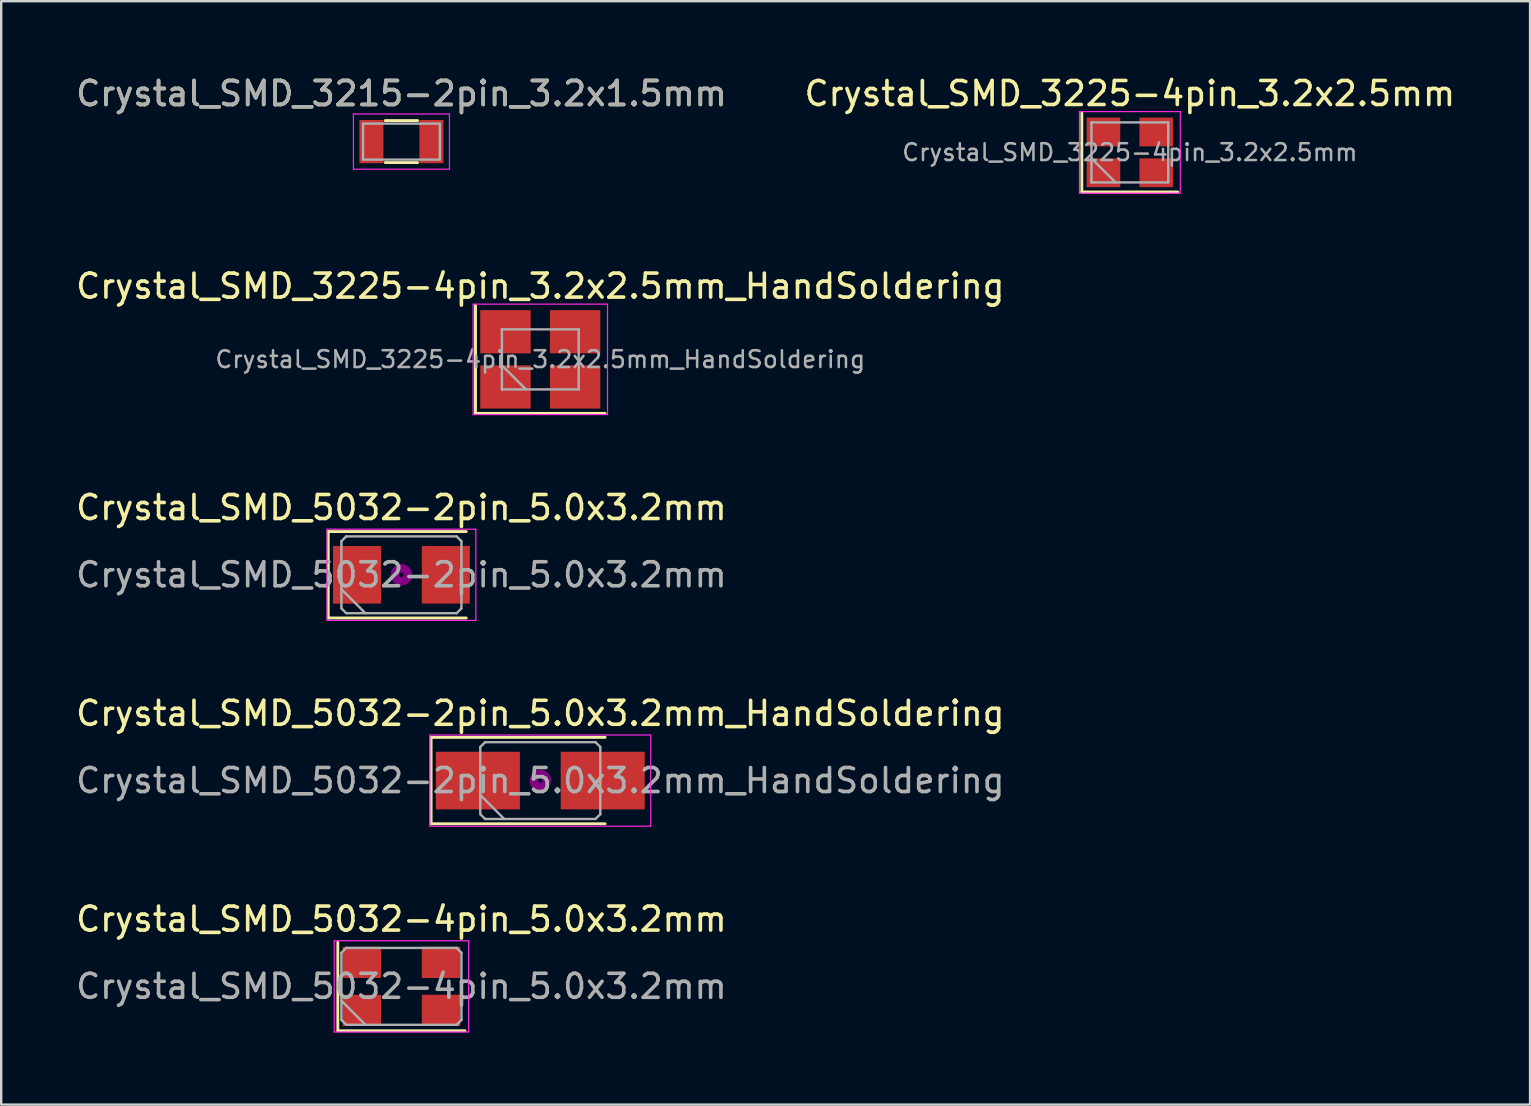
<source format=kicad_pcb>
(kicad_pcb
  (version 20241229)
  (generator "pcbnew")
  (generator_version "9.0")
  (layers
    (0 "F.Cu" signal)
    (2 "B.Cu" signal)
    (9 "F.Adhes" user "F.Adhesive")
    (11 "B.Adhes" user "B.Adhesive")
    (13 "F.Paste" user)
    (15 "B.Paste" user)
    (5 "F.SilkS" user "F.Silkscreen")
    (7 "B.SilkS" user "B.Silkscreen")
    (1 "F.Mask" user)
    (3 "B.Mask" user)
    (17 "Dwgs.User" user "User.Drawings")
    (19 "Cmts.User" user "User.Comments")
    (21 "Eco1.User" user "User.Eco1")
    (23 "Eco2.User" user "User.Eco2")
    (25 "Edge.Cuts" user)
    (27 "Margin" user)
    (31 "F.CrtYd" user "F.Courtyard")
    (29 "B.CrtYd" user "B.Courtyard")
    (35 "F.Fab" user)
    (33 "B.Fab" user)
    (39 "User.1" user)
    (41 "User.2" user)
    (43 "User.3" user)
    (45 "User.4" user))
  (footprint "Crystal_SMD_5032-2pin_5.0x3.2mm_HandSoldering"
    (layer "F.Cu")
    (at 19.458 29.468)
    (property "Reference" "Crystal_SMD_5032-2pin_5.0x3.2mm_HandSoldering" (at 0 -2.8 0) (layer "F.SilkS") (effects (font (size 1 1) (thickness 0.15))))
    (attr smd)
    (fp_line (start -4.55 -1.8) (end -4.55 1.8) (stroke (width 0.12) (type solid)) (layer "F.SilkS"))
    (fp_line (start -4.55 1.8) (end 2.7 1.8) (stroke (width 0.12) (type solid)) (layer "F.SilkS"))
    (fp_line (start 2.7 -1.8) (end -4.55 -1.8) (stroke (width 0.12) (type solid)) (layer "F.SilkS"))
    (fp_circle (center 0 0) (end 0.093 0) (stroke (width 0.187) (type solid)) (fill no) (layer "F.Adhes"))
    (fp_circle (center 0 0) (end 0.213 0) (stroke (width 0.133) (type solid)) (fill no) (layer "F.Adhes"))
    (fp_circle (center 0 0) (end 0.333 0) (stroke (width 0.133) (type solid)) (fill no) (layer "F.Adhes"))
    (fp_circle (center 0 0) (end 0.4 0) (stroke (width 0.1) (type solid)) (fill no) (layer "F.Adhes"))
    (fp_line (start -4.6 -1.9) (end -4.6 1.9) (stroke (width 0.05) (type solid)) (layer "F.CrtYd"))
    (fp_line (start -4.6 1.9) (end 4.6 1.9) (stroke (width 0.05) (type solid)) (layer "F.CrtYd"))
    (fp_line (start 4.6 -1.9) (end -4.6 -1.9) (stroke (width 0.05) (type solid)) (layer "F.CrtYd"))
    (fp_line (start 4.6 1.9) (end 4.6 -1.9) (stroke (width 0.05) (type solid)) (layer "F.CrtYd"))
    (fp_line (start -2.5 -1.4) (end -2.3 -1.6) (stroke (width 0.1) (type solid)) (layer "F.Fab"))
    (fp_line (start -2.5 0.6) (end -1.5 1.6) (stroke (width 0.1) (type solid)) (layer "F.Fab"))
    (fp_line (start -2.5 1.4) (end -2.5 -1.4) (stroke (width 0.1) (type solid)) (layer "F.Fab"))
    (fp_line (start -2.3 -1.6) (end 2.3 -1.6) (stroke (width 0.1) (type solid)) (layer "F.Fab"))
    (fp_line (start -2.3 1.6) (end -2.5 1.4) (stroke (width 0.1) (type solid)) (layer "F.Fab"))
    (fp_line (start 2.3 -1.6) (end 2.5 -1.4) (stroke (width 0.1) (type solid)) (layer "F.Fab"))
    (fp_line (start 2.3 1.6) (end -2.3 1.6) (stroke (width 0.1) (type solid)) (layer "F.Fab"))
    (fp_line (start 2.5 -1.4) (end 2.5 1.4) (stroke (width 0.1) (type solid)) (layer "F.Fab"))
    (fp_line (start 2.5 1.4) (end 2.3 1.6) (stroke (width 0.1) (type solid)) (layer "F.Fab"))
    (fp_text user "${REFERENCE}" (at 0 0 0) (layer "F.Fab") (effects (font (size 1 1) (thickness 0.15))))
    (pad "1" smd rect (at -2.6 0) (size 3.5 2.4) (layers "F.Cu" "F.Mask" "F.Paste"))
    (pad "2" smd rect (at 2.6 0) (size 3.5 2.4) (layers "F.Cu" "F.Mask" "F.Paste")))
  (footprint "Crystal_SMD_3215-2pin_3.2x1.5mm"
    (layer "F.Cu")
    (at 13.673 2.848)
    (property "Reference" "Crystal_SMD_3215-2pin_3.2x1.5mm" (at 0 -2 0) (layer "F.SilkS") (effects (font (size 1 1) (thickness 0.15))))
    (attr smd)
    (fp_line (start -0.675 -0.875) (end 0.675 -0.875) (stroke (width 0.12) (type solid)) (layer "F.SilkS"))
    (fp_line (start -0.675 0.875) (end 0.675 0.875) (stroke (width 0.12) (type solid)) (layer "F.SilkS"))
    (fp_line (start -2 -1.15) (end -2 1.15) (stroke (width 0.05) (type solid)) (layer "F.CrtYd"))
    (fp_line (start -2 -1.15) (end 2 -1.15) (stroke (width 0.05) (type solid)) (layer "F.CrtYd"))
    (fp_line (start -2 1.15) (end 2 1.15) (stroke (width 0.05) (type solid)) (layer "F.CrtYd"))
    (fp_line (start 2 -1.15) (end 2 1.15) (stroke (width 0.05) (type solid)) (layer "F.CrtYd"))
    (fp_line (start -1.6 -0.75) (end -1.6 0.75) (stroke (width 0.1) (type solid)) (layer "F.Fab"))
    (fp_line (start -1.6 -0.75) (end 1.6 -0.75) (stroke (width 0.1) (type solid)) (layer "F.Fab"))
    (fp_line (start -1.6 0.75) (end 1.6 0.75) (stroke (width 0.1) (type solid)) (layer "F.Fab"))
    (fp_line (start 1.6 -0.75) (end 1.6 0.75) (stroke (width 0.1) (type solid)) (layer "F.Fab"))
    (fp_text user "${REFERENCE}" (at 0 -2 0) (layer "F.Fab") (effects (font (size 1 1) (thickness 0.15))))
    (pad "1" smd rect (at 1.25 0) (size 1 1.8) (layers "F.Cu" "F.Mask" "F.Paste"))
    (pad "2" smd rect (at -1.25 0) (size 1 1.8) (layers "F.Cu" "F.Mask" "F.Paste")))
  (footprint "Crystal_SMD_3225-4pin_3.2x2.5mm"
    (layer "F.Cu")
    (at 44.018 3.298)
    (property "Reference" "Crystal_SMD_3225-4pin_3.2x2.5mm" (at 0 -2.45 0) (layer "F.SilkS") (effects (font (size 1 1) (thickness 0.15))))
    (attr smd)
    (fp_line (start -2 -1.65) (end -2 1.65) (stroke (width 0.12) (type solid)) (layer "F.SilkS"))
    (fp_line (start -2 1.65) (end 2 1.65) (stroke (width 0.12) (type solid)) (layer "F.SilkS"))
    (fp_line (start -2.1 -1.7) (end -2.1 1.7) (stroke (width 0.05) (type solid)) (layer "F.CrtYd"))
    (fp_line (start -2.1 1.7) (end 2.1 1.7) (stroke (width 0.05) (type solid)) (layer "F.CrtYd"))
    (fp_line (start 2.1 -1.7) (end -2.1 -1.7) (stroke (width 0.05) (type solid)) (layer "F.CrtYd"))
    (fp_line (start 2.1 1.7) (end 2.1 -1.7) (stroke (width 0.05) (type solid)) (layer "F.CrtYd"))
    (fp_line (start -1.6 -1.25) (end -1.6 1.25) (stroke (width 0.1) (type solid)) (layer "F.Fab"))
    (fp_line (start -1.6 0.25) (end -0.6 1.25) (stroke (width 0.1) (type solid)) (layer "F.Fab"))
    (fp_line (start -1.6 1.25) (end 1.6 1.25) (stroke (width 0.1) (type solid)) (layer "F.Fab"))
    (fp_line (start 1.6 -1.25) (end -1.6 -1.25) (stroke (width 0.1) (type solid)) (layer "F.Fab"))
    (fp_line (start 1.6 1.25) (end 1.6 -1.25) (stroke (width 0.1) (type solid)) (layer "F.Fab"))
    (fp_text user "${REFERENCE}" (at 0 0 0) (layer "F.Fab") (effects (font (size 0.7 0.7) (thickness 0.105))))
    (pad "1" smd rect (at -1.1 0.85) (size 1.4 1.2) (layers "F.Cu" "F.Mask" "F.Paste"))
    (pad "2" smd rect (at 1.1 0.85) (size 1.4 1.2) (layers "F.Cu" "F.Mask" "F.Paste"))
    (pad "3" smd rect (at 1.1 -0.85) (size 1.4 1.2) (layers "F.Cu" "F.Mask" "F.Paste"))
    (pad "4" smd rect (at -1.1 -0.85) (size 1.4 1.2) (layers "F.Cu" "F.Mask" "F.Paste")))
  (footprint "Crystal_SMD_5032-2pin_5.0x3.2mm"
    (layer "F.Cu")
    (at 13.673 20.895)
    (property "Reference" "Crystal_SMD_5032-2pin_5.0x3.2mm" (at 0 -2.8 0) (layer "F.SilkS") (effects (font (size 1 1) (thickness 0.15))))
    (attr smd)
    (fp_line (start -3.05 -1.8) (end -3.05 1.8) (stroke (width 0.12) (type solid)) (layer "F.SilkS"))
    (fp_line (start -3.05 1.8) (end 2.7 1.8) (stroke (width 0.12) (type solid)) (layer "F.SilkS"))
    (fp_line (start 2.7 -1.8) (end -3.05 -1.8) (stroke (width 0.12) (type solid)) (layer "F.SilkS"))
    (fp_circle (center 0 0) (end 0.093 0) (stroke (width 0.187) (type solid)) (fill no) (layer "F.Adhes"))
    (fp_circle (center 0 0) (end 0.213 0) (stroke (width 0.133) (type solid)) (fill no) (layer "F.Adhes"))
    (fp_circle (center 0 0) (end 0.333 0) (stroke (width 0.133) (type solid)) (fill no) (layer "F.Adhes"))
    (fp_circle (center 0 0) (end 0.4 0) (stroke (width 0.1) (type solid)) (fill no) (layer "F.Adhes"))
    (fp_line (start -3.1 -1.9) (end -3.1 1.9) (stroke (width 0.05) (type solid)) (layer "F.CrtYd"))
    (fp_line (start -3.1 1.9) (end 3.1 1.9) (stroke (width 0.05) (type solid)) (layer "F.CrtYd"))
    (fp_line (start 3.1 -1.9) (end -3.1 -1.9) (stroke (width 0.05) (type solid)) (layer "F.CrtYd"))
    (fp_line (start 3.1 1.9) (end 3.1 -1.9) (stroke (width 0.05) (type solid)) (layer "F.CrtYd"))
    (fp_line (start -2.5 -1.4) (end -2.3 -1.6) (stroke (width 0.1) (type solid)) (layer "F.Fab"))
    (fp_line (start -2.5 0.6) (end -1.5 1.6) (stroke (width 0.1) (type solid)) (layer "F.Fab"))
    (fp_line (start -2.5 1.4) (end -2.5 -1.4) (stroke (width 0.1) (type solid)) (layer "F.Fab"))
    (fp_line (start -2.3 -1.6) (end 2.3 -1.6) (stroke (width 0.1) (type solid)) (layer "F.Fab"))
    (fp_line (start -2.3 1.6) (end -2.5 1.4) (stroke (width 0.1) (type solid)) (layer "F.Fab"))
    (fp_line (start 2.3 -1.6) (end 2.5 -1.4) (stroke (width 0.1) (type solid)) (layer "F.Fab"))
    (fp_line (start 2.3 1.6) (end -2.3 1.6) (stroke (width 0.1) (type solid)) (layer "F.Fab"))
    (fp_line (start 2.5 -1.4) (end 2.5 1.4) (stroke (width 0.1) (type solid)) (layer "F.Fab"))
    (fp_line (start 2.5 1.4) (end 2.3 1.6) (stroke (width 0.1) (type solid)) (layer "F.Fab"))
    (fp_text user "${REFERENCE}" (at 0 0 0) (layer "F.Fab") (effects (font (size 1 1) (thickness 0.15))))
    (pad "1" smd rect (at -1.85 0) (size 2 2.4) (layers "F.Cu" "F.Mask" "F.Paste"))
    (pad "2" smd rect (at 1.85 0) (size 2 2.4) (layers "F.Cu" "F.Mask" "F.Paste")))
  (footprint "Crystal_SMD_5032-4pin_5.0x3.2mm"
    (layer "F.Cu")
    (at 13.673 38.041)
    (property "Reference" "Crystal_SMD_5032-4pin_5.0x3.2mm" (at 0 -2.8 0) (layer "F.SilkS") (effects (font (size 1 1) (thickness 0.15))))
    (attr smd)
    (fp_line (start -2.65 -1.85) (end -2.65 1.85) (stroke (width 0.12) (type solid)) (layer "F.SilkS"))
    (fp_line (start -2.65 1.85) (end 2.65 1.85) (stroke (width 0.12) (type solid)) (layer "F.SilkS"))
    (fp_line (start -2.8 -1.9) (end -2.8 1.9) (stroke (width 0.05) (type solid)) (layer "F.CrtYd"))
    (fp_line (start -2.8 1.9) (end 2.8 1.9) (stroke (width 0.05) (type solid)) (layer "F.CrtYd"))
    (fp_line (start 2.8 -1.9) (end -2.8 -1.9) (stroke (width 0.05) (type solid)) (layer "F.CrtYd"))
    (fp_line (start 2.8 1.9) (end 2.8 -1.9) (stroke (width 0.05) (type solid)) (layer "F.CrtYd"))
    (fp_line (start -2.5 -1.4) (end -2.3 -1.6) (stroke (width 0.1) (type solid)) (layer "F.Fab"))
    (fp_line (start -2.5 0.6) (end -1.5 1.6) (stroke (width 0.1) (type solid)) (layer "F.Fab"))
    (fp_line (start -2.5 1.4) (end -2.5 -1.4) (stroke (width 0.1) (type solid)) (layer "F.Fab"))
    (fp_line (start -2.3 -1.6) (end 2.3 -1.6) (stroke (width 0.1) (type solid)) (layer "F.Fab"))
    (fp_line (start -2.3 1.6) (end -2.5 1.4) (stroke (width 0.1) (type solid)) (layer "F.Fab"))
    (fp_line (start 2.3 -1.6) (end 2.5 -1.4) (stroke (width 0.1) (type solid)) (layer "F.Fab"))
    (fp_line (start 2.3 1.6) (end -2.3 1.6) (stroke (width 0.1) (type solid)) (layer "F.Fab"))
    (fp_line (start 2.5 -1.4) (end 2.5 1.4) (stroke (width 0.1) (type solid)) (layer "F.Fab"))
    (fp_line (start 2.5 1.4) (end 2.3 1.6) (stroke (width 0.1) (type solid)) (layer "F.Fab"))
    (fp_text user "${REFERENCE}" (at 0 0 0) (layer "F.Fab") (effects (font (size 1 1) (thickness 0.15))))
    (pad "1" smd rect (at -1.65 1) (size 1.6 1.3) (layers "F.Cu" "F.Mask" "F.Paste"))
    (pad "2" smd rect (at 1.65 1) (size 1.6 1.3) (layers "F.Cu" "F.Mask" "F.Paste"))
    (pad "3" smd rect (at 1.65 -1) (size 1.6 1.3) (layers "F.Cu" "F.Mask" "F.Paste"))
    (pad "4" smd rect (at -1.65 -1) (size 1.6 1.3) (layers "F.Cu" "F.Mask" "F.Paste")))
  (footprint "Crystal_SMD_3225-4pin_3.2x2.5mm_HandSoldering"
    (layer "F.Cu")
    (at 19.458 11.921)
    (property "Reference" "Crystal_SMD_3225-4pin_3.2x2.5mm_HandSoldering" (at 0 -3.05 0) (layer "F.SilkS") (effects (font (size 1 1) (thickness 0.15))))
    (attr smd)
    (fp_line (start -2.7 -2.25) (end -2.7 2.25) (stroke (width 0.12) (type solid)) (layer "F.SilkS"))
    (fp_line (start -2.7 2.25) (end 2.7 2.25) (stroke (width 0.12) (type solid)) (layer "F.SilkS"))
    (fp_line (start -2.8 -2.3) (end -2.8 2.3) (stroke (width 0.05) (type solid)) (layer "F.CrtYd"))
    (fp_line (start -2.8 2.3) (end 2.8 2.3) (stroke (width 0.05) (type solid)) (layer "F.CrtYd"))
    (fp_line (start 2.8 -2.3) (end -2.8 -2.3) (stroke (width 0.05) (type solid)) (layer "F.CrtYd"))
    (fp_line (start 2.8 2.3) (end 2.8 -2.3) (stroke (width 0.05) (type solid)) (layer "F.CrtYd"))
    (fp_line (start -1.6 -1.25) (end -1.6 1.25) (stroke (width 0.1) (type solid)) (layer "F.Fab"))
    (fp_line (start -1.6 0.25) (end -0.6 1.25) (stroke (width 0.1) (type solid)) (layer "F.Fab"))
    (fp_line (start -1.6 1.25) (end 1.6 1.25) (stroke (width 0.1) (type solid)) (layer "F.Fab"))
    (fp_line (start 1.6 -1.25) (end -1.6 -1.25) (stroke (width 0.1) (type solid)) (layer "F.Fab"))
    (fp_line (start 1.6 1.25) (end 1.6 -1.25) (stroke (width 0.1) (type solid)) (layer "F.Fab"))
    (fp_text user "${REFERENCE}" (at 0 0 0) (layer "F.Fab") (effects (font (size 0.7 0.7) (thickness 0.105))))
    (pad "1" smd rect (at -1.45 1.15) (size 2.1 1.8) (layers "F.Cu" "F.Mask" "F.Paste"))
    (pad "2" smd rect (at 1.45 1.15) (size 2.1 1.8) (layers "F.Cu" "F.Mask" "F.Paste"))
    (pad "3" smd rect (at 1.45 -1.15) (size 2.1 1.8) (layers "F.Cu" "F.Mask" "F.Paste"))
    (pad "4" smd rect (at -1.45 -1.15) (size 2.1 1.8) (layers "F.Cu" "F.Mask" "F.Paste")))
  (gr_rect
    (start -3 -3)
    (end 60.69 42.966)
    (stroke (width 0.1) (type default))
    (fill no)
    (layer "Edge.Cuts")))
</source>
